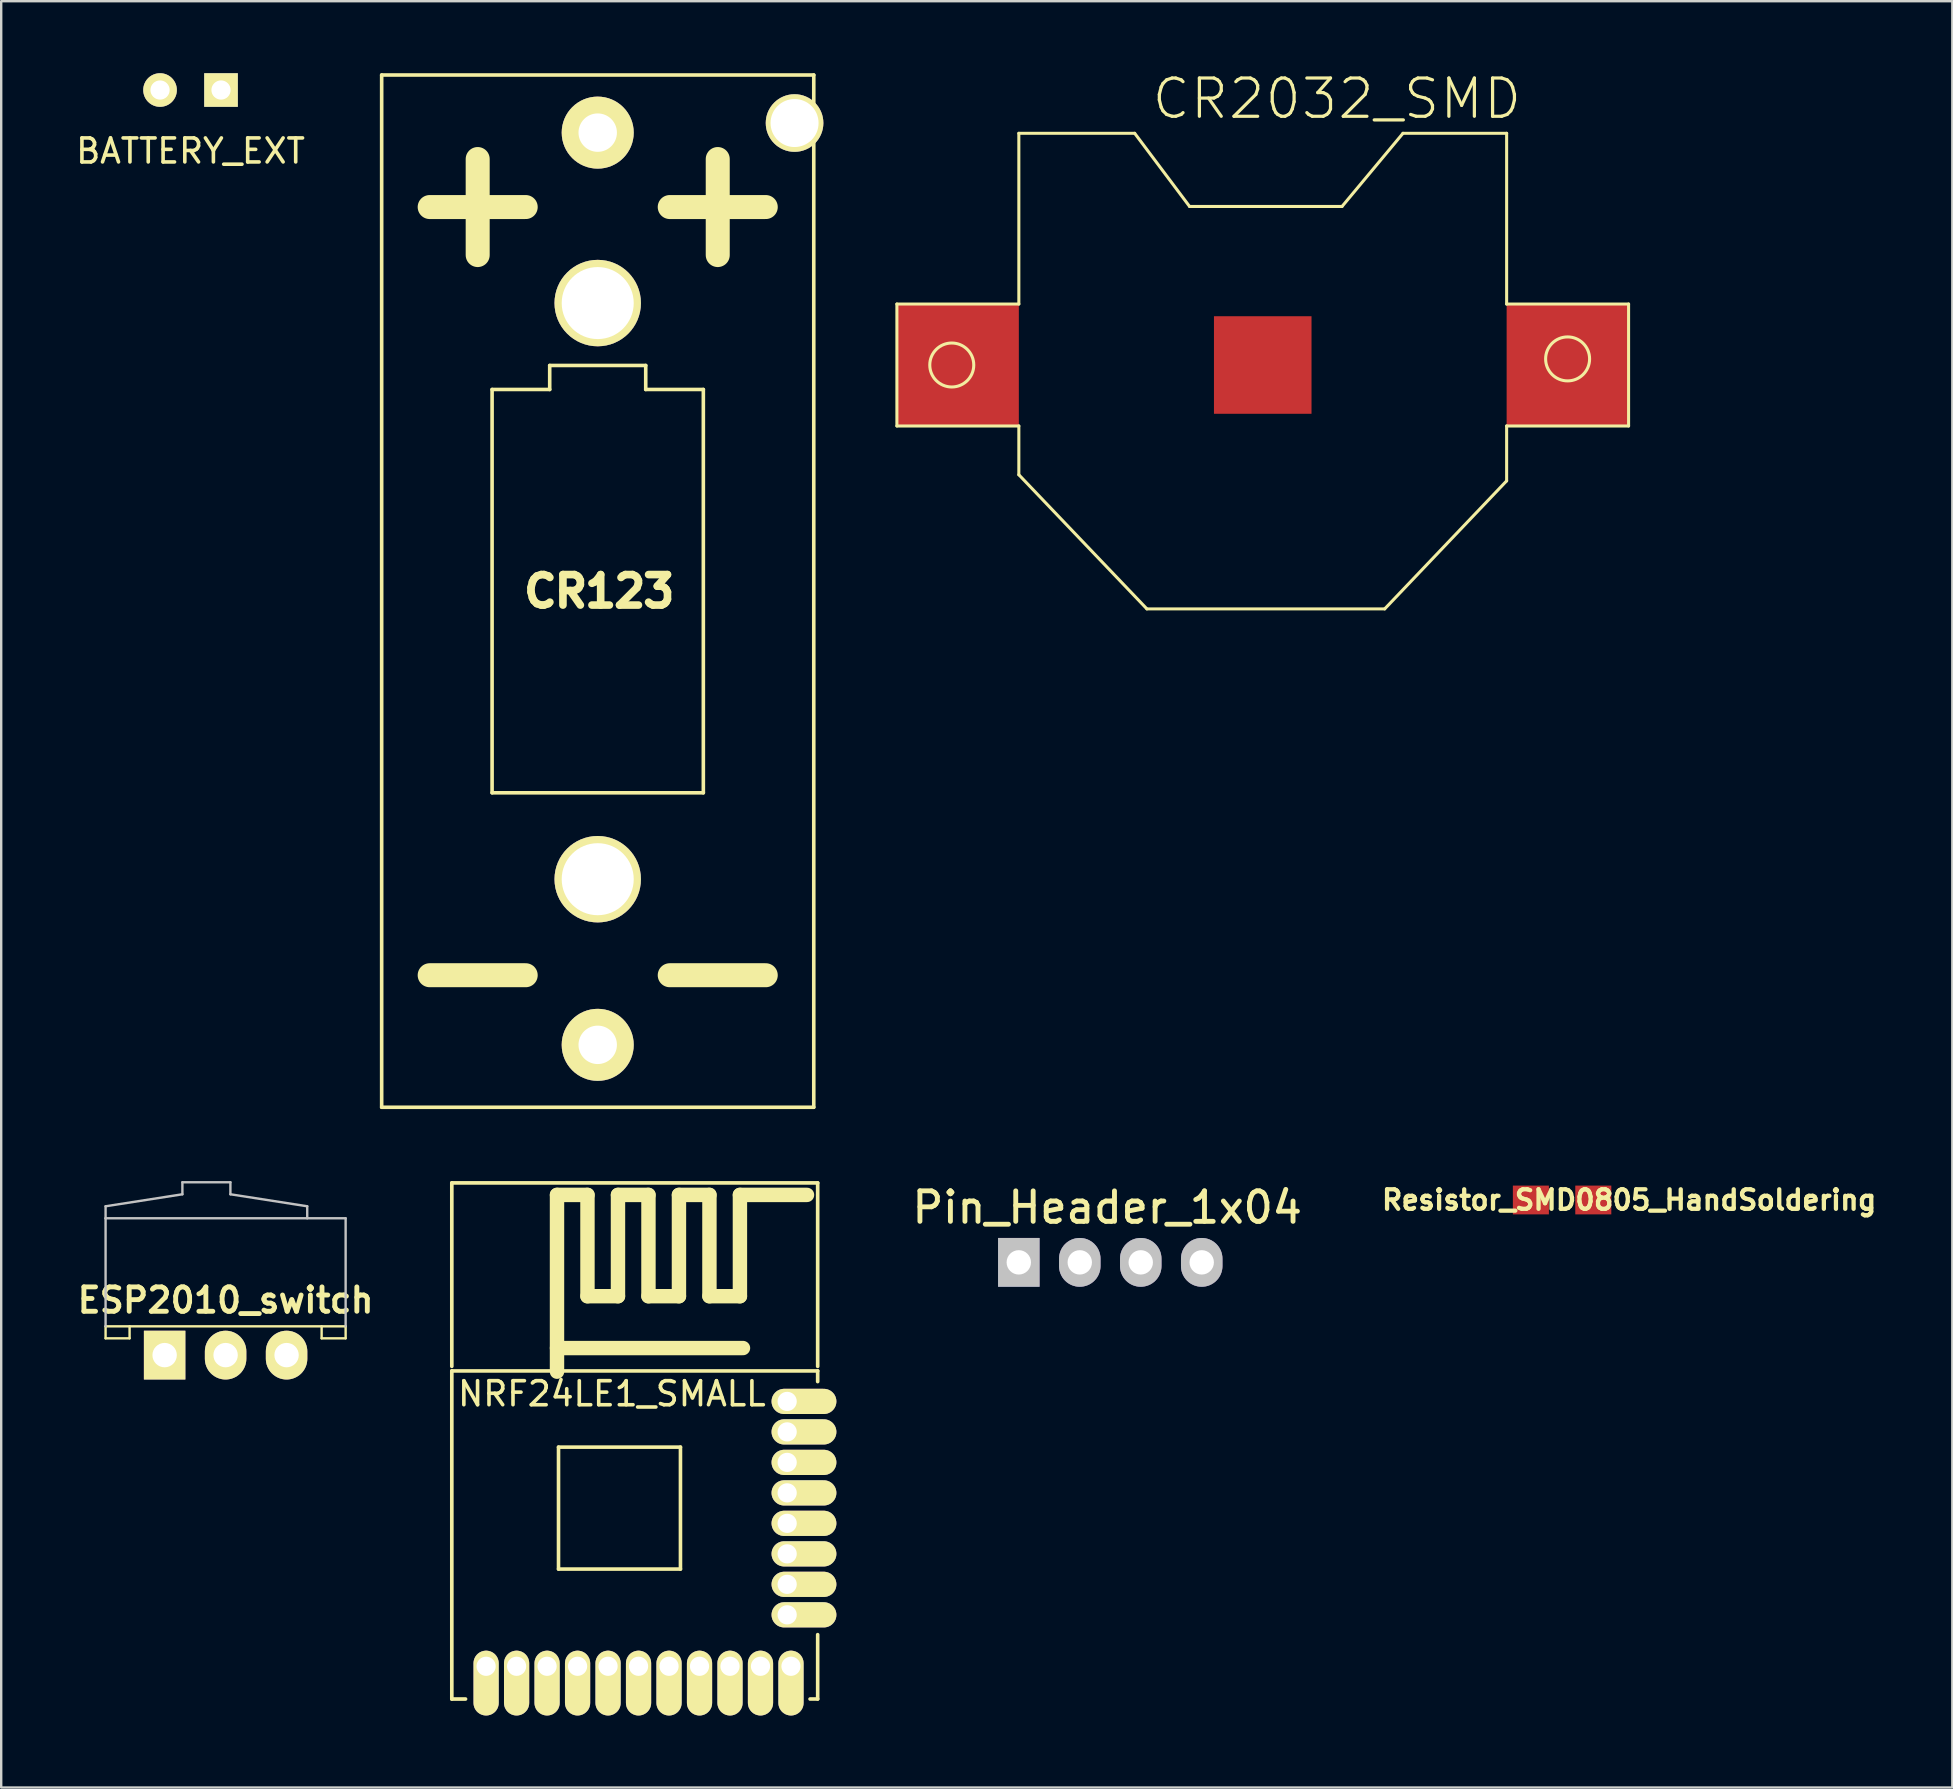
<source format=kicad_pcb>
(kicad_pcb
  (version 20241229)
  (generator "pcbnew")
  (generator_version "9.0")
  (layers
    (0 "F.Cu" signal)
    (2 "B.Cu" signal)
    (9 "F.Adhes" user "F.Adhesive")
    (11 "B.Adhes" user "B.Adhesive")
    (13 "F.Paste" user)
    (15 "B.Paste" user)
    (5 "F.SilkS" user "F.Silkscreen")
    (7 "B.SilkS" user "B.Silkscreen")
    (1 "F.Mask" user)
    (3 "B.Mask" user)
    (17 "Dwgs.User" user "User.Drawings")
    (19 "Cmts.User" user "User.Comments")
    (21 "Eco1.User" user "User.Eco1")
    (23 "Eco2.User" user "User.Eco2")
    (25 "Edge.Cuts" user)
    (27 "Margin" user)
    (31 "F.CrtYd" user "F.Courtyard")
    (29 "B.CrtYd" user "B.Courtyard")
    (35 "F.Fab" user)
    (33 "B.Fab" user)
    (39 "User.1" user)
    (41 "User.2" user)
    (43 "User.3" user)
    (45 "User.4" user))
  (footprint "Pin_Header_1x04"
    (layer "F.Cu")
    (at 43.2 49.536)
    (property "Reference" "Pin_Header_1x04" (at -0.127 -2.286 0) (layer "F.SilkS") (effects (font (size 1.27 1.27) (thickness 0.203))))
    (attr through_hole)
    (pad "1" thru_hole rect (at -3.81 0) (size 1.727 2.032) (drill 1.016) (layers "*.Cu" "*.Mask" "Dwgs.User"))
    (pad "2" thru_hole oval (at -1.27 0) (size 1.727 2.032) (drill 1.016) (layers "*.Cu" "*.Mask" "Dwgs.User"))
    (pad "3" thru_hole oval (at 1.27 0) (size 1.727 2.032) (drill 1.016) (layers "*.Cu" "*.Mask" "Dwgs.User"))
    (pad "4" thru_hole oval (at 3.81 0) (size 1.727 2.032) (drill 1.016) (layers "*.Cu" "*.Mask" "Dwgs.User")))
  (footprint "CR2032_SMD"
    (layer "F.Cu")
    (at 49.552 12.155)
    (property "Reference" "CR2032_SMD" (at -4.699 -10.16 0) (layer "F.SilkS") (effects (font (size 1.593 1.593) (thickness 0.134)) (justify left bottom)))
    (attr through_hole)
    (fp_poly (pts (xy -9 0) (xy 0 -9) (xy 9 0) (xy 0 9)) (stroke (width 0.15) (type solid)) (fill yes) (layer "F.Mask"))
    (fp_line (start -15.24 -2.54) (end -15.24 2.54) (stroke (width 0.127) (type solid)) (layer "F.SilkS"))
    (fp_line (start -15.24 2.54) (end -10.16 2.54) (stroke (width 0.127) (type solid)) (layer "F.SilkS"))
    (fp_line (start -10.16 -9.652) (end -10.16 -2.54) (stroke (width 0.127) (type solid)) (layer "F.SilkS"))
    (fp_line (start -10.16 -2.54) (end -15.24 -2.54) (stroke (width 0.127) (type solid)) (layer "F.SilkS"))
    (fp_line (start -10.16 2.54) (end -10.16 4.572) (stroke (width 0.127) (type solid)) (layer "F.SilkS"))
    (fp_line (start -10.16 4.572) (end -4.826 10.16) (stroke (width 0.127) (type solid)) (layer "F.SilkS"))
    (fp_line (start -5.334 -9.652) (end -10.16 -9.652) (stroke (width 0.127) (type solid)) (layer "F.SilkS"))
    (fp_line (start -4.826 10.16) (end 5.08 10.16) (stroke (width 0.127) (type solid)) (layer "F.SilkS"))
    (fp_line (start -3.048 -6.604) (end -5.334 -9.652) (stroke (width 0.127) (type solid)) (layer "F.SilkS"))
    (fp_line (start 3.302 -6.604) (end -3.048 -6.604) (stroke (width 0.127) (type solid)) (layer "F.SilkS"))
    (fp_line (start 5.08 10.16) (end 10.16 4.826) (stroke (width 0.127) (type solid)) (layer "F.SilkS"))
    (fp_line (start 5.842 -9.652) (end 3.302 -6.604) (stroke (width 0.127) (type solid)) (layer "F.SilkS"))
    (fp_line (start 10.16 -9.652) (end 5.842 -9.652) (stroke (width 0.127) (type solid)) (layer "F.SilkS"))
    (fp_line (start 10.16 -2.54) (end 10.16 -9.652) (stroke (width 0.127) (type solid)) (layer "F.SilkS"))
    (fp_line (start 10.16 2.54) (end 15.24 2.54) (stroke (width 0.127) (type solid)) (layer "F.SilkS"))
    (fp_line (start 10.16 4.826) (end 10.16 2.54) (stroke (width 0.127) (type solid)) (layer "F.SilkS"))
    (fp_line (start 15.24 -2.54) (end 10.16 -2.54) (stroke (width 0.127) (type solid)) (layer "F.SilkS"))
    (fp_line (start 15.24 2.54) (end 15.24 -2.54) (stroke (width 0.127) (type solid)) (layer "F.SilkS"))
    (fp_circle (center -12.954 0) (end -12.038 0) (stroke (width 0.127) (type solid)) (fill no) (layer "F.SilkS"))
    (fp_circle (center 12.7 -0.254) (end 13.616 -0.254) (stroke (width 0.127) (type solid)) (fill no) (layer "F.SilkS"))
    (pad "0" smd rect (at -12.7 0) (size 5.08 5.08) (layers "F.Cu" "F.Mask" "F.Paste"))
    (pad "1" smd rect (at 12.7 0) (size 5.08 5.08) (layers "F.Cu" "F.Mask" "F.Paste"))
    (pad "2" smd rect (at 0 0) (size 4.064 4.064) (layers "F.Cu" "F.Mask" "F.Paste")))
  (footprint "ESP2010_switch"
    (layer "F.Cu")
    (at 6.348 53.4)
    (property "Reference" "ESP2010_switch" (at 0 -2.286 180) (layer "F.SilkS") (effects (font (size 1.016 1.016) (thickness 0.203))))
    (attr through_hole)
    (fp_line (start -5 -1.2) (end -5 -0.7) (stroke (width 0.1) (type solid)) (layer "F.SilkS"))
    (fp_line (start -5 -1.2) (end 5 -1.2) (stroke (width 0.1) (type solid)) (layer "F.SilkS"))
    (fp_line (start -5 -0.7) (end -4 -0.7) (stroke (width 0.1) (type solid)) (layer "F.SilkS"))
    (fp_line (start -4 -1.2) (end -4 -0.7) (stroke (width 0.1) (type solid)) (layer "F.SilkS"))
    (fp_line (start 4 -0.7) (end 4 -1.2) (stroke (width 0.1) (type solid)) (layer "F.SilkS"))
    (fp_line (start 5 -1.2) (end 5 -0.7) (stroke (width 0.1) (type solid)) (layer "F.SilkS"))
    (fp_line (start 5 -0.7) (end 4 -0.7) (stroke (width 0.1) (type solid)) (layer "F.SilkS"))
    (fp_line (start -5 -6.2) (end -1.8 -6.7) (stroke (width 0.1) (type solid)) (layer "Dwgs.User"))
    (fp_line (start -5 -5.7) (end -5 -6.2) (stroke (width 0.1) (type solid)) (layer "Dwgs.User"))
    (fp_line (start -5 -5.7) (end -5 -1.2) (stroke (width 0.1) (type solid)) (layer "Dwgs.User"))
    (fp_line (start -5 -5.7) (end 5 -5.7) (stroke (width 0.1) (type solid)) (layer "Dwgs.User"))
    (fp_line (start -1.8 -7.2) (end 0.2 -7.2) (stroke (width 0.1) (type solid)) (layer "Dwgs.User"))
    (fp_line (start -1.8 -6.7) (end -1.8 -7.2) (stroke (width 0.1) (type solid)) (layer "Dwgs.User"))
    (fp_line (start 0.2 -7.2) (end 0.2 -6.7) (stroke (width 0.1) (type solid)) (layer "Dwgs.User"))
    (fp_line (start 3.4 -6.2) (end 0.2 -6.7) (stroke (width 0.1) (type solid)) (layer "Dwgs.User"))
    (fp_line (start 3.4 -5.7) (end 3.4 -6.2) (stroke (width 0.1) (type solid)) (layer "Dwgs.User"))
    (fp_line (start 5 -1.2) (end 5 -5.7) (stroke (width 0.1) (type solid)) (layer "Dwgs.User"))
    (pad "1" thru_hole rect (at -2.54 0) (size 1.727 2.032) (drill 1.016) (layers "*.Cu" "*.Mask" "F.SilkS"))
    (pad "2" thru_hole oval (at 0 0) (size 1.727 2.032) (drill 1.016) (layers "*.Cu" "*.Mask" "F.SilkS"))
    (pad "3" thru_hole oval (at 2.54 0) (size 1.727 2.032) (drill 1.016) (layers "*.Cu" "*.Mask" "F.SilkS")))
  (footprint "NRF24LE1_SMALL"
    (layer "F.Cu")
    (at 23.709 60.726)
    (property "Reference" "NRF24LE1_SMALL" (at -1.27 -5.715 0) (layer "F.SilkS") (effects (font (size 1 1) (thickness 0.15))))
    (attr through_hole)
    (fp_line (start -7.938 -14.5) (end 7.303 -14.5) (stroke (width 0.152) (type solid)) (layer "F.SilkS"))
    (fp_line (start -7.938 -6.858) (end -7.938 -14.5) (stroke (width 0.152) (type solid)) (layer "F.SilkS"))
    (fp_line (start -7.938 -6.668) (end 7.303 -6.668) (stroke (width 0.15) (type solid)) (layer "F.SilkS"))
    (fp_line (start -7.938 7) (end -7.938 -6.668) (stroke (width 0.152) (type solid)) (layer "F.SilkS"))
    (fp_line (start -7.366 7) (end -7.938 7) (stroke (width 0.152) (type solid)) (layer "F.SilkS"))
    (fp_line (start -3.556 -14) (end -3.556 -6.636) (stroke (width 0.6) (type solid)) (layer "F.SilkS"))
    (fp_line (start -3.556 -14) (end -2.286 -14) (stroke (width 0.6) (type solid)) (layer "F.SilkS"))
    (fp_line (start -3.556 -7.62) (end 4.191 -7.62) (stroke (width 0.6) (type solid)) (layer "F.SilkS"))
    (fp_line (start -3.493 -3.493) (end -3.493 1.587) (stroke (width 0.15) (type solid)) (layer "F.SilkS"))
    (fp_line (start -3.493 1.587) (end 1.587 1.587) (stroke (width 0.15) (type solid)) (layer "F.SilkS"))
    (fp_line (start -2.287 -14) (end -2.287 -9.779) (stroke (width 0.6) (type solid)) (layer "F.SilkS"))
    (fp_line (start -2.286 -9.779) (end -1.016 -9.779) (stroke (width 0.6) (type solid)) (layer "F.SilkS"))
    (fp_line (start -1.016 -14) (end -1.016 -9.779) (stroke (width 0.6) (type solid)) (layer "F.SilkS"))
    (fp_line (start -1.016 -14) (end 0.254 -14) (stroke (width 0.6) (type solid)) (layer "F.SilkS"))
    (fp_line (start 0.254 -14) (end 0.254 -9.779) (stroke (width 0.6) (type solid)) (layer "F.SilkS"))
    (fp_line (start 0.254 -9.779) (end 1.524 -9.779) (stroke (width 0.6) (type solid)) (layer "F.SilkS"))
    (fp_line (start 1.524 -14) (end 2.794 -14) (stroke (width 0.6) (type solid)) (layer "F.SilkS"))
    (fp_line (start 1.524 -9.779) (end 1.524 -14) (stroke (width 0.6) (type solid)) (layer "F.SilkS"))
    (fp_line (start 1.587 -3.493) (end -3.493 -3.493) (stroke (width 0.15) (type solid)) (layer "F.SilkS"))
    (fp_line (start 1.587 1.587) (end 1.587 -3.493) (stroke (width 0.15) (type solid)) (layer "F.SilkS"))
    (fp_line (start 2.794 -14) (end 2.794 -9.779) (stroke (width 0.6) (type solid)) (layer "F.SilkS"))
    (fp_line (start 2.794 -9.779) (end 4.064 -9.779) (stroke (width 0.6) (type solid)) (layer "F.SilkS"))
    (fp_line (start 4.064 -14) (end 6.858 -14) (stroke (width 0.6) (type solid)) (layer "F.SilkS"))
    (fp_line (start 4.064 -9.779) (end 4.064 -14) (stroke (width 0.6) (type solid)) (layer "F.SilkS"))
    (fp_line (start 7.303 -14.5) (end 7.303 -6.858) (stroke (width 0.152) (type solid)) (layer "F.SilkS"))
    (fp_line (start 7.303 -6.668) (end 7.303 -6.223) (stroke (width 0.152) (type solid)) (layer "F.SilkS"))
    (fp_line (start 7.303 4.318) (end 7.303 7) (stroke (width 0.15) (type solid)) (layer "F.SilkS"))
    (fp_line (start 7.303 7) (end 6.985 7) (stroke (width 0.15) (type solid)) (layer "F.SilkS"))
    (pad "1" thru_hole oval (at -6.509 5.636) (size 1.05 2.7) (drill 0.8 (offset 0 0.7)) (layers "*.Cu" "*.Mask" "F.SilkS"))
    (pad "2" thru_hole oval (at -5.239 5.636) (size 1.05 2.7) (drill 0.8 (offset 0 0.7)) (layers "*.Cu" "*.Mask" "F.SilkS"))
    (pad "3" thru_hole oval (at -3.969 5.636) (size 1.05 2.7) (drill 0.8 (offset 0 0.7)) (layers "*.Cu" "*.Mask" "F.SilkS"))
    (pad "4" thru_hole oval (at -2.699 5.636) (size 1.05 2.7) (drill 0.8 (offset 0 0.7)) (layers "*.Cu" "*.Mask" "F.SilkS"))
    (pad "5" thru_hole oval (at -1.429 5.636) (size 1.05 2.7) (drill 0.8 (offset 0 0.7)) (layers "*.Cu" "*.Mask" "F.SilkS"))
    (pad "6" thru_hole oval (at -0.159 5.636) (size 1.05 2.7) (drill 0.8 (offset 0 0.7)) (layers "*.Cu" "*.Mask" "F.SilkS"))
    (pad "7" thru_hole oval (at 1.111 5.636) (size 1.05 2.7) (drill 0.8 (offset 0 0.7)) (layers "*.Cu" "*.Mask" "F.SilkS"))
    (pad "8" thru_hole oval (at 2.381 5.636) (size 1.05 2.7) (drill 0.8 (offset 0 0.7)) (layers "*.Cu" "*.Mask" "F.SilkS"))
    (pad "9" thru_hole oval (at 3.651 5.636) (size 1.05 2.7) (drill 0.8 (offset 0 0.7)) (layers "*.Cu" "*.Mask" "F.SilkS"))
    (pad "10" thru_hole oval (at 4.921 5.636) (size 1.05 2.7) (drill 0.8 (offset 0 0.7)) (layers "*.Cu" "*.Mask" "F.SilkS"))
    (pad "11" thru_hole oval (at 6.191 5.636) (size 1.05 2.7) (drill 0.8 (offset 0 0.7)) (layers "*.Cu" "*.Mask" "F.SilkS"))
    (pad "12" thru_hole oval (at 6.032 3.493 90) (size 1.05 2.7) (drill 0.8 (offset 0 0.7)) (layers "*.Cu" "*.Mask" "F.SilkS"))
    (pad "13" thru_hole oval (at 6.032 2.223 90) (size 1.05 2.7) (drill 0.8 (offset 0 0.7)) (layers "*.Cu" "*.Mask" "F.SilkS"))
    (pad "14" thru_hole oval (at 6.032 0.953 90) (size 1.05 2.7) (drill 0.8 (offset 0 0.7)) (layers "*.Cu" "*.Mask" "F.SilkS"))
    (pad "15" thru_hole oval (at 6.032 -0.318 90) (size 1.05 2.7) (drill 0.8 (offset 0 0.7)) (layers "*.Cu" "*.Mask" "F.SilkS"))
    (pad "16" thru_hole oval (at 6.032 -1.587 90) (size 1.05 2.7) (drill 0.8 (offset 0 0.7)) (layers "*.Cu" "*.Mask" "F.SilkS"))
    (pad "17" thru_hole oval (at 6.032 -2.857 90) (size 1.05 2.7) (drill 0.8 (offset 0 0.7)) (layers "*.Cu" "*.Mask" "F.SilkS"))
    (pad "18" thru_hole oval (at 6.032 -4.128 90) (size 1.05 2.7) (drill 0.8 (offset 0 0.7)) (layers "*.Cu" "*.Mask" "F.SilkS"))
    (pad "19" thru_hole oval (at 6.032 -5.397 90) (size 1.05 2.7) (drill 0.8 (offset 0 0.7)) (layers "*.Cu" "*.Mask" "F.SilkS")))
  (footprint "Resistor_SMD0805_HandSoldering"
    (layer "F.Cu")
    (at 62.022 46.938)
    (property "Reference" "Resistor_SMD0805_HandSoldering" (at 2.794 0 0) (layer "F.SilkS") (effects (font (size 0.813 0.813) (thickness 0.178))))
    (attr smd)
    (pad "1" smd rect (at -1.3 0) (size 1.501 1.199) (layers "F.Cu" "F.Mask" "F.Paste"))
    (pad "2" smd rect (at 1.3 0) (size 1.501 1.199) (layers "F.Cu" "F.Mask" "F.Paste")))
  (footprint "BATTERY_EXT"
    (layer "F.Cu")
    (at 4.887 0.7)
    (property "Reference" "BATTERY_EXT" (at 0 2.54 0) (layer "F.SilkS") (effects (font (size 1 1) (thickness 0.15))))
    (attr through_hole)
    (pad "1" thru_hole circle (at -1.27 0) (size 1.4 1.4) (drill 0.8) (layers "*.Cu" "*.Mask" "F.SilkS"))
    (pad "2" thru_hole rect (at 1.27 0) (size 1.4 1.4) (drill 0.8) (layers "*.Cu" "*.Mask" "F.SilkS")))
  (footprint "CR123"
    (layer "F.Cu")
    (at 21.849 21.575)
    (property "Reference" "CR123" (at 0.063 0.009 180) (layer "F.SilkS") (effects (font (size 1.27 1.27) (thickness 0.318))))
    (attr through_hole)
    (fp_line (start -9 -21.5) (end 9 -21.5) (stroke (width 0.15) (type solid)) (layer "F.SilkS"))
    (fp_line (start -9 21.5) (end -9 -21.5) (stroke (width 0.15) (type solid)) (layer "F.SilkS"))
    (fp_line (start -7 -16) (end -3 -16) (stroke (width 1) (type solid)) (layer "F.SilkS"))
    (fp_line (start -7 16) (end -3 16) (stroke (width 1) (type solid)) (layer "F.SilkS"))
    (fp_line (start -5 -18) (end -5 -14) (stroke (width 1) (type solid)) (layer "F.SilkS"))
    (fp_line (start -4.4 -8.4) (end -2 -8.4) (stroke (width 0.15) (type solid)) (layer "F.SilkS"))
    (fp_line (start -4.4 8.4) (end -4.4 -8.4) (stroke (width 0.15) (type solid)) (layer "F.SilkS"))
    (fp_line (start -2 -9.4) (end -2 -8.4) (stroke (width 0.15) (type solid)) (layer "F.SilkS"))
    (fp_line (start -2 -9.4) (end 2 -9.4) (stroke (width 0.15) (type solid)) (layer "F.SilkS"))
    (fp_line (start 2 -9.4) (end 2 -8.4) (stroke (width 0.15) (type solid)) (layer "F.SilkS"))
    (fp_line (start 2 -8.4) (end 4.4 -8.4) (stroke (width 0.15) (type solid)) (layer "F.SilkS"))
    (fp_line (start 3 -16) (end 7 -16) (stroke (width 1) (type solid)) (layer "F.SilkS"))
    (fp_line (start 3 16) (end 7 16) (stroke (width 1) (type solid)) (layer "F.SilkS"))
    (fp_line (start 4.4 -8.4) (end 4.4 8.4) (stroke (width 0.15) (type solid)) (layer "F.SilkS"))
    (fp_line (start 4.4 8.4) (end -4.4 8.4) (stroke (width 0.15) (type solid)) (layer "F.SilkS"))
    (fp_line (start 5 -18) (end 5 -14) (stroke (width 1) (type solid)) (layer "F.SilkS"))
    (fp_line (start 9 -21.5) (end 9 21.5) (stroke (width 0.15) (type solid)) (layer "F.SilkS"))
    (fp_line (start 9 21.5) (end -9 21.5) (stroke (width 0.15) (type solid)) (layer "F.SilkS"))
    (pad "" thru_hole circle (at 0 -12) (size 3.6 3.6) (drill 3) (layers "*.Cu" "*.Mask" "F.SilkS"))
    (pad "" thru_hole circle (at 0 12) (size 3.6 3.6) (drill 3) (layers "*.Cu" "*.Mask" "F.SilkS"))
    (pad "" thru_hole circle (at 8.2 -19.5) (size 2.4 2.4) (drill 2) (layers "*.Cu" "*.Mask" "F.SilkS"))
    (pad "1" thru_hole circle (at 0 -19.1) (size 3 3) (drill 1.6) (layers "*.Cu" "*.Mask" "F.SilkS"))
    (pad "2" thru_hole circle (at 0 18.9) (size 3 3) (drill 1.6) (layers "*.Cu" "*.Mask" "F.SilkS")))
  (gr_rect
    (start -3 -3)
    (end 78.278 71.412)
    (stroke (width 0.1) (type default))
    (fill no)
    (layer "Edge.Cuts")))
</source>
